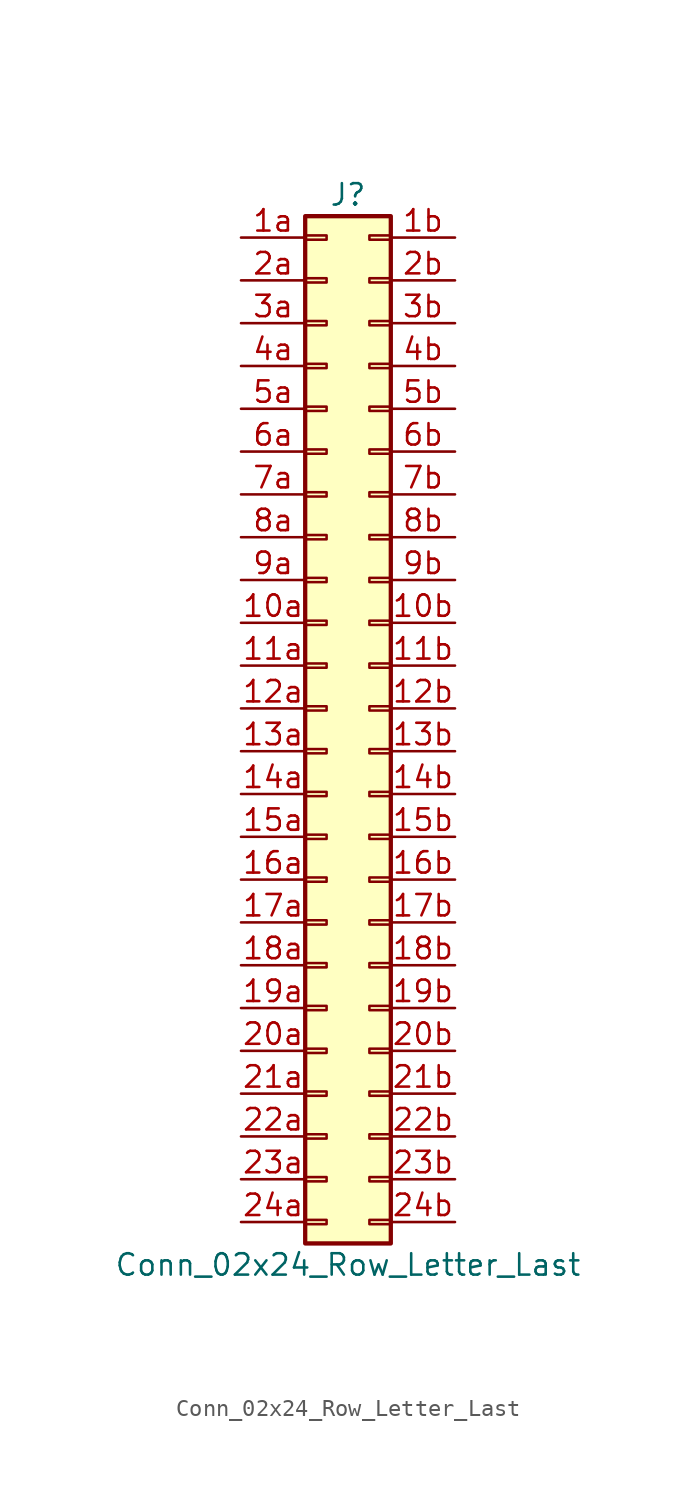
<source format=kicad_sym>
(kicad_symbol_lib
  (version 20201005)
  (generator kicad_symbol_editor)
  (symbol "Connector_Generic:Conn_02x24_Row_Letter_Last"
    (pin_names
      (offset 1.016) hide)
    (property "Reference" "J"
      (at 1.27 30.48 0)
      (effects (font (size 1.27 1.27))))
    (property "Value" "Conn_02x24_Row_Letter_Last"
      (at 1.27 -33.02 0)
      (effects (font (size 1.27 1.27))))
    (symbol "Conn_02x24_Row_Letter_Last_1_1"
      (rectangle (start -1.27 -27.813) (end 0 -28.067) (stroke (width 0.152)) (fill (type none)))
      (rectangle (start -1.27 -30.353) (end 0 -30.607) (stroke (width 0.152)) (fill (type none)))
      (rectangle (start -1.27 -4.953) (end 0 -5.207) (stroke (width 0.152)) (fill (type none)))
      (rectangle (start -1.27 -7.493) (end 0 -7.747) (stroke (width 0.152)) (fill (type none)))
      (rectangle (start -1.27 -10.033) (end 0 -10.287) (stroke (width 0.152)) (fill (type none)))
      (rectangle (start -1.27 -12.573) (end 0 -12.827) (stroke (width 0.152)) (fill (type none)))
      (rectangle (start -1.27 -15.113) (end 0 -15.367) (stroke (width 0.152)) (fill (type none)))
      (rectangle (start -1.27 -17.653) (end 0 -17.907) (stroke (width 0.152)) (fill (type none)))
      (rectangle (start -1.27 -20.193) (end 0 -20.447) (stroke (width 0.152)) (fill (type none)))
      (rectangle (start -1.27 -22.733) (end 0 -22.987) (stroke (width 0.152)) (fill (type none)))
      (rectangle (start -1.27 -2.413) (end 0 -2.667) (stroke (width 0.152)) (fill (type none)))
      (rectangle (start -1.27 -25.273) (end 0 -25.527) (stroke (width 0.152)) (fill (type none)))
      (rectangle (start -1.27 25.527) (end 0 25.273) (stroke (width 0.152)) (fill (type none)))
      (rectangle (start -1.27 2.667) (end 0 2.413) (stroke (width 0.152)) (fill (type none)))
      (rectangle (start -1.27 28.067) (end 0 27.813) (stroke (width 0.152)) (fill (type none)))
      (rectangle (start -1.27 29.21) (end 3.81 -31.75) (stroke (width 0.254)) (fill (type background)))
      (rectangle (start -1.27 5.207) (end 0 4.953) (stroke (width 0.152)) (fill (type none)))
      (rectangle (start -1.27 7.747) (end 0 7.493) (stroke (width 0.152)) (fill (type none)))
      (rectangle (start -1.27 10.287) (end 0 10.033) (stroke (width 0.152)) (fill (type none)))
      (rectangle (start -1.27 0.127) (end 0 -0.127) (stroke (width 0.152)) (fill (type none)))
      (rectangle (start -1.27 12.827) (end 0 12.573) (stroke (width 0.152)) (fill (type none)))
      (rectangle (start -1.27 15.367) (end 0 15.113) (stroke (width 0.152)) (fill (type none)))
      (rectangle (start -1.27 17.907) (end 0 17.653) (stroke (width 0.152)) (fill (type none)))
      (rectangle (start -1.27 20.447) (end 0 20.193) (stroke (width 0.152)) (fill (type none)))
      (rectangle (start -1.27 22.987) (end 0 22.733) (stroke (width 0.152)) (fill (type none)))
      (rectangle (start 3.81 -27.813) (end 2.54 -28.067) (stroke (width 0.152)) (fill (type none)))
      (rectangle (start 3.81 -30.353) (end 2.54 -30.607) (stroke (width 0.152)) (fill (type none)))
      (rectangle (start 3.81 -4.953) (end 2.54 -5.207) (stroke (width 0.152)) (fill (type none)))
      (rectangle (start 3.81 -7.493) (end 2.54 -7.747) (stroke (width 0.152)) (fill (type none)))
      (rectangle (start 3.81 -10.033) (end 2.54 -10.287) (stroke (width 0.152)) (fill (type none)))
      (rectangle (start 3.81 -12.573) (end 2.54 -12.827) (stroke (width 0.152)) (fill (type none)))
      (rectangle (start 3.81 -15.113) (end 2.54 -15.367) (stroke (width 0.152)) (fill (type none)))
      (rectangle (start 3.81 -17.653) (end 2.54 -17.907) (stroke (width 0.152)) (fill (type none)))
      (rectangle (start 3.81 -20.193) (end 2.54 -20.447) (stroke (width 0.152)) (fill (type none)))
      (rectangle (start 3.81 -22.733) (end 2.54 -22.987) (stroke (width 0.152)) (fill (type none)))
      (rectangle (start 3.81 -2.413) (end 2.54 -2.667) (stroke (width 0.152)) (fill (type none)))
      (rectangle (start 3.81 -25.273) (end 2.54 -25.527) (stroke (width 0.152)) (fill (type none)))
      (rectangle (start 3.81 25.527) (end 2.54 25.273) (stroke (width 0.152)) (fill (type none)))
      (rectangle (start 3.81 2.667) (end 2.54 2.413) (stroke (width 0.152)) (fill (type none)))
      (rectangle (start 3.81 28.067) (end 2.54 27.813) (stroke (width 0.152)) (fill (type none)))
      (rectangle (start 3.81 5.207) (end 2.54 4.953) (stroke (width 0.152)) (fill (type none)))
      (rectangle (start 3.81 7.747) (end 2.54 7.493) (stroke (width 0.152)) (fill (type none)))
      (rectangle (start 3.81 10.287) (end 2.54 10.033) (stroke (width 0.152)) (fill (type none)))
      (rectangle (start 3.81 0.127) (end 2.54 -0.127) (stroke (width 0.152)) (fill (type none)))
      (rectangle (start 3.81 12.827) (end 2.54 12.573) (stroke (width 0.152)) (fill (type none)))
      (rectangle (start 3.81 15.367) (end 2.54 15.113) (stroke (width 0.152)) (fill (type none)))
      (rectangle (start 3.81 17.907) (end 2.54 17.653) (stroke (width 0.152)) (fill (type none)))
      (rectangle (start 3.81 20.447) (end 2.54 20.193) (stroke (width 0.152)) (fill (type none)))
      (rectangle (start 3.81 22.987) (end 2.54 22.733) (stroke (width 0.152)) (fill (type none)))
      (pin passive line (at -5.08 5.08 0) (length 3.81) (name "Pin_10a" (effects (font (size 1.27 1.27)))) (number "10a" (effects (font (size 1.27 1.27)))))
      (pin passive line (at 7.62 5.08 180) (length 3.81) (name "Pin_10b" (effects (font (size 1.27 1.27)))) (number "10b" (effects (font (size 1.27 1.27)))))
      (pin passive line (at -5.08 2.54 0) (length 3.81) (name "Pin_11a" (effects (font (size 1.27 1.27)))) (number "11a" (effects (font (size 1.27 1.27)))))
      (pin passive line (at 7.62 2.54 180) (length 3.81) (name "Pin_11b" (effects (font (size 1.27 1.27)))) (number "11b" (effects (font (size 1.27 1.27)))))
      (pin passive line (at -5.08 0 0) (length 3.81) (name "Pin_12a" (effects (font (size 1.27 1.27)))) (number "12a" (effects (font (size 1.27 1.27)))))
      (pin passive line (at 7.62 0 180) (length 3.81) (name "Pin_12b" (effects (font (size 1.27 1.27)))) (number "12b" (effects (font (size 1.27 1.27)))))
      (pin passive line (at -5.08 -2.54 0) (length 3.81) (name "Pin_13a" (effects (font (size 1.27 1.27)))) (number "13a" (effects (font (size 1.27 1.27)))))
      (pin passive line (at 7.62 -2.54 180) (length 3.81) (name "Pin_13b" (effects (font (size 1.27 1.27)))) (number "13b" (effects (font (size 1.27 1.27)))))
      (pin passive line (at -5.08 -5.08 0) (length 3.81) (name "Pin_14a" (effects (font (size 1.27 1.27)))) (number "14a" (effects (font (size 1.27 1.27)))))
      (pin passive line (at 7.62 -5.08 180) (length 3.81) (name "Pin_14b" (effects (font (size 1.27 1.27)))) (number "14b" (effects (font (size 1.27 1.27)))))
      (pin passive line (at -5.08 -7.62 0) (length 3.81) (name "Pin_15a" (effects (font (size 1.27 1.27)))) (number "15a" (effects (font (size 1.27 1.27)))))
      (pin passive line (at 7.62 -7.62 180) (length 3.81) (name "Pin_15b" (effects (font (size 1.27 1.27)))) (number "15b" (effects (font (size 1.27 1.27)))))
      (pin passive line (at -5.08 -10.16 0) (length 3.81) (name "Pin_16a" (effects (font (size 1.27 1.27)))) (number "16a" (effects (font (size 1.27 1.27)))))
      (pin passive line (at 7.62 -10.16 180) (length 3.81) (name "Pin_16b" (effects (font (size 1.27 1.27)))) (number "16b" (effects (font (size 1.27 1.27)))))
      (pin passive line (at -5.08 -12.7 0) (length 3.81) (name "Pin_17a" (effects (font (size 1.27 1.27)))) (number "17a" (effects (font (size 1.27 1.27)))))
      (pin passive line (at 7.62 -12.7 180) (length 3.81) (name "Pin_17b" (effects (font (size 1.27 1.27)))) (number "17b" (effects (font (size 1.27 1.27)))))
      (pin passive line (at -5.08 -15.24 0) (length 3.81) (name "Pin_18a" (effects (font (size 1.27 1.27)))) (number "18a" (effects (font (size 1.27 1.27)))))
      (pin passive line (at 7.62 -15.24 180) (length 3.81) (name "Pin_18b" (effects (font (size 1.27 1.27)))) (number "18b" (effects (font (size 1.27 1.27)))))
      (pin passive line (at -5.08 -17.78 0) (length 3.81) (name "Pin_19a" (effects (font (size 1.27 1.27)))) (number "19a" (effects (font (size 1.27 1.27)))))
      (pin passive line (at 7.62 -17.78 180) (length 3.81) (name "Pin_19b" (effects (font (size 1.27 1.27)))) (number "19b" (effects (font (size 1.27 1.27)))))
      (pin passive line (at -5.08 27.94 0) (length 3.81) (name "Pin_1a" (effects (font (size 1.27 1.27)))) (number "1a" (effects (font (size 1.27 1.27)))))
      (pin passive line (at 7.62 27.94 180) (length 3.81) (name "Pin_1b" (effects (font (size 1.27 1.27)))) (number "1b" (effects (font (size 1.27 1.27)))))
      (pin passive line (at -5.08 -20.32 0) (length 3.81) (name "Pin_20a" (effects (font (size 1.27 1.27)))) (number "20a" (effects (font (size 1.27 1.27)))))
      (pin passive line (at 7.62 -20.32 180) (length 3.81) (name "Pin_20b" (effects (font (size 1.27 1.27)))) (number "20b" (effects (font (size 1.27 1.27)))))
      (pin passive line (at -5.08 -22.86 0) (length 3.81) (name "Pin_21a" (effects (font (size 1.27 1.27)))) (number "21a" (effects (font (size 1.27 1.27)))))
      (pin passive line (at 7.62 -22.86 180) (length 3.81) (name "Pin_21b" (effects (font (size 1.27 1.27)))) (number "21b" (effects (font (size 1.27 1.27)))))
      (pin passive line (at -5.08 -25.4 0) (length 3.81) (name "Pin_22a" (effects (font (size 1.27 1.27)))) (number "22a" (effects (font (size 1.27 1.27)))))
      (pin passive line (at 7.62 -25.4 180) (length 3.81) (name "Pin_22b" (effects (font (size 1.27 1.27)))) (number "22b" (effects (font (size 1.27 1.27)))))
      (pin passive line (at -5.08 -27.94 0) (length 3.81) (name "Pin_23a" (effects (font (size 1.27 1.27)))) (number "23a" (effects (font (size 1.27 1.27)))))
      (pin passive line (at 7.62 -27.94 180) (length 3.81) (name "Pin_23b" (effects (font (size 1.27 1.27)))) (number "23b" (effects (font (size 1.27 1.27)))))
      (pin passive line (at -5.08 -30.48 0) (length 3.81) (name "Pin_24a" (effects (font (size 1.27 1.27)))) (number "24a" (effects (font (size 1.27 1.27)))))
      (pin passive line (at 7.62 -30.48 180) (length 3.81) (name "Pin_24b" (effects (font (size 1.27 1.27)))) (number "24b" (effects (font (size 1.27 1.27)))))
      (pin passive line (at -5.08 25.4 0) (length 3.81) (name "Pin_2a" (effects (font (size 1.27 1.27)))) (number "2a" (effects (font (size 1.27 1.27)))))
      (pin passive line (at 7.62 25.4 180) (length 3.81) (name "Pin_2b" (effects (font (size 1.27 1.27)))) (number "2b" (effects (font (size 1.27 1.27)))))
      (pin passive line (at -5.08 22.86 0) (length 3.81) (name "Pin_3a" (effects (font (size 1.27 1.27)))) (number "3a" (effects (font (size 1.27 1.27)))))
      (pin passive line (at 7.62 22.86 180) (length 3.81) (name "Pin_3b" (effects (font (size 1.27 1.27)))) (number "3b" (effects (font (size 1.27 1.27)))))
      (pin passive line (at -5.08 20.32 0) (length 3.81) (name "Pin_4a" (effects (font (size 1.27 1.27)))) (number "4a" (effects (font (size 1.27 1.27)))))
      (pin passive line (at 7.62 20.32 180) (length 3.81) (name "Pin_4b" (effects (font (size 1.27 1.27)))) (number "4b" (effects (font (size 1.27 1.27)))))
      (pin passive line (at -5.08 17.78 0) (length 3.81) (name "Pin_5a" (effects (font (size 1.27 1.27)))) (number "5a" (effects (font (size 1.27 1.27)))))
      (pin passive line (at 7.62 17.78 180) (length 3.81) (name "Pin_5b" (effects (font (size 1.27 1.27)))) (number "5b" (effects (font (size 1.27 1.27)))))
      (pin passive line (at -5.08 15.24 0) (length 3.81) (name "Pin_6a" (effects (font (size 1.27 1.27)))) (number "6a" (effects (font (size 1.27 1.27)))))
      (pin passive line (at 7.62 15.24 180) (length 3.81) (name "Pin_6b" (effects (font (size 1.27 1.27)))) (number "6b" (effects (font (size 1.27 1.27)))))
      (pin passive line (at -5.08 12.7 0) (length 3.81) (name "Pin_7a" (effects (font (size 1.27 1.27)))) (number "7a" (effects (font (size 1.27 1.27)))))
      (pin passive line (at 7.62 12.7 180) (length 3.81) (name "Pin_7b" (effects (font (size 1.27 1.27)))) (number "7b" (effects (font (size 1.27 1.27)))))
      (pin passive line (at -5.08 10.16 0) (length 3.81) (name "Pin_8a" (effects (font (size 1.27 1.27)))) (number "8a" (effects (font (size 1.27 1.27)))))
      (pin passive line (at 7.62 10.16 180) (length 3.81) (name "Pin_8b" (effects (font (size 1.27 1.27)))) (number "8b" (effects (font (size 1.27 1.27)))))
      (pin passive line (at -5.08 7.62 0) (length 3.81) (name "Pin_9a" (effects (font (size 1.27 1.27)))) (number "9a" (effects (font (size 1.27 1.27)))))
      (pin passive line (at 7.62 7.62 180) (length 3.81) (name "Pin_9b" (effects (font (size 1.27 1.27)))) (number "9b" (effects (font (size 1.27 1.27))))))))
</source>
